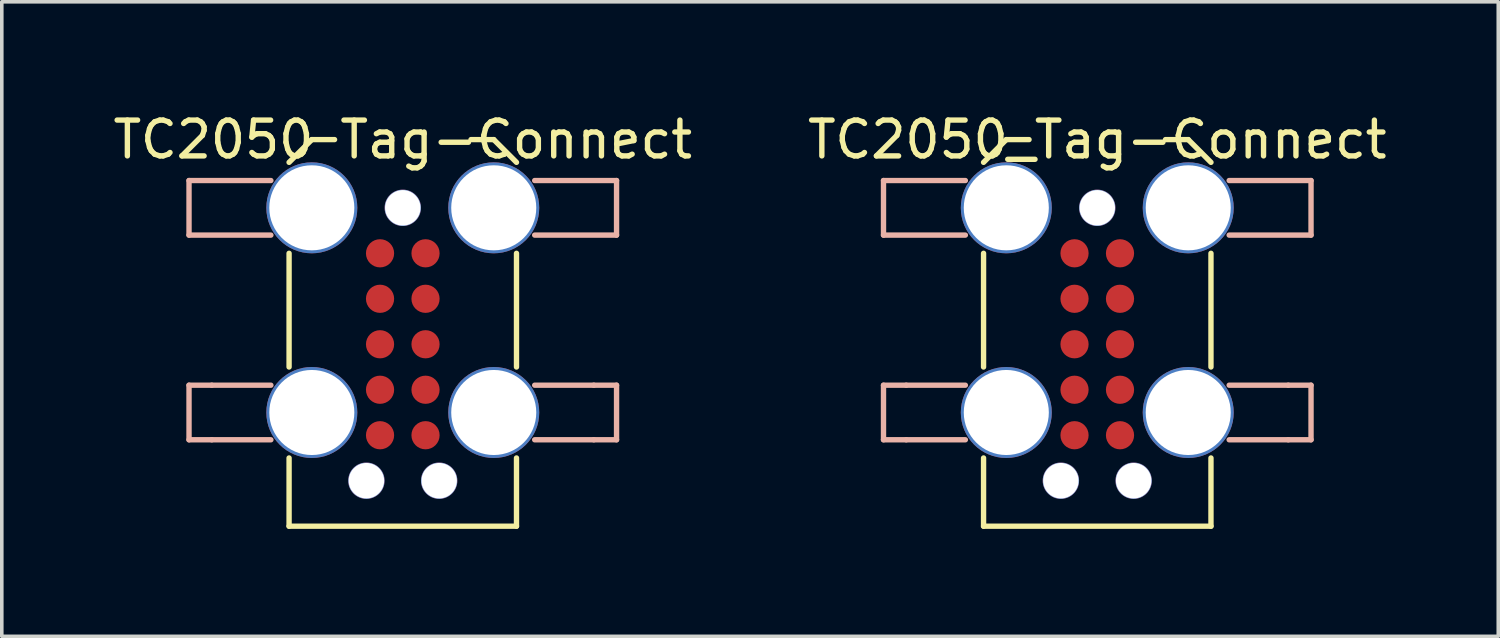
<source format=kicad_pcb>
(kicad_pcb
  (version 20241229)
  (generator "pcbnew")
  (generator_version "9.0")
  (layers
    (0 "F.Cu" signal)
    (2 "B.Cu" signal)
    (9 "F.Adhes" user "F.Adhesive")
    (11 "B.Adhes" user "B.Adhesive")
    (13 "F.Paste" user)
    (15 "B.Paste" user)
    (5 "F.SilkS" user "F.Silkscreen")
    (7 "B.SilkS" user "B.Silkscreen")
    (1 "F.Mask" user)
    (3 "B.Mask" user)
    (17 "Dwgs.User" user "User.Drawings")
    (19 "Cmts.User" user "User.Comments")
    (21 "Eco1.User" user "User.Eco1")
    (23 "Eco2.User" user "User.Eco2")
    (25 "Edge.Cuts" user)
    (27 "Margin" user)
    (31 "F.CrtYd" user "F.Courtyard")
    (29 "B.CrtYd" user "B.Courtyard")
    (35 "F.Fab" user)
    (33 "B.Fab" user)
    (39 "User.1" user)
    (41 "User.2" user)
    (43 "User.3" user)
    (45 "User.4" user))
  (footprint "TC2050_Tag-Connect"
    (layer "F.Cu")
    (at 26.954 4.023)
    (property "Reference" "TC2050_Tag-Connect" (at 0.635 -3.175 0) (layer "F.SilkS") (effects (font (size 1 1) (thickness 0.15))))
    (attr through_hole)
    (fp_line (start -2.54 -2.54) (end -1.905 -3.175) (stroke (width 0.15) (type solid)) (layer "F.SilkS"))
    (fp_line (start -2.54 0) (end -2.54 3.175) (stroke (width 0.15) (type solid)) (layer "F.SilkS"))
    (fp_line (start -2.54 5.715) (end -2.54 7.62) (stroke (width 0.15) (type solid)) (layer "F.SilkS"))
    (fp_line (start -2.54 7.62) (end 3.81 7.62) (stroke (width 0.15) (type solid)) (layer "F.SilkS"))
    (fp_line (start -1.905 -3.175) (end -1.27 -3.175) (stroke (width 0.15) (type solid)) (layer "F.SilkS"))
    (fp_line (start 3.175 -3.175) (end 2.54 -3.175) (stroke (width 0.15) (type solid)) (layer "F.SilkS"))
    (fp_line (start 3.81 -2.54) (end 3.175 -3.175) (stroke (width 0.15) (type solid)) (layer "F.SilkS"))
    (fp_line (start 3.81 0) (end 3.81 3.175) (stroke (width 0.15) (type solid)) (layer "F.SilkS"))
    (fp_line (start 3.81 7.62) (end 3.81 5.715) (stroke (width 0.15) (type solid)) (layer "F.SilkS"))
    (fp_line (start -5.334 -2.032) (end -5.334 -0.508) (stroke (width 0.15) (type solid)) (layer "B.SilkS"))
    (fp_line (start -5.334 -2.032) (end -3.048 -2.032) (stroke (width 0.15) (type solid)) (layer "B.SilkS"))
    (fp_line (start -5.334 -0.508) (end -3.048 -0.508) (stroke (width 0.15) (type solid)) (layer "B.SilkS"))
    (fp_line (start -5.334 3.683) (end -5.334 5.207) (stroke (width 0.15) (type solid)) (layer "B.SilkS"))
    (fp_line (start -5.334 5.207) (end -4.699 5.207) (stroke (width 0.15) (type solid)) (layer "B.SilkS"))
    (fp_line (start -4.699 3.683) (end -5.334 3.683) (stroke (width 0.15) (type solid)) (layer "B.SilkS"))
    (fp_line (start -4.699 5.207) (end -3.048 5.207) (stroke (width 0.15) (type solid)) (layer "B.SilkS"))
    (fp_line (start -3.048 3.683) (end -4.699 3.683) (stroke (width 0.15) (type solid)) (layer "B.SilkS"))
    (fp_line (start 4.318 5.207) (end 5.969 5.207) (stroke (width 0.15) (type solid)) (layer "B.SilkS"))
    (fp_line (start 5.969 3.683) (end 4.318 3.683) (stroke (width 0.15) (type solid)) (layer "B.SilkS"))
    (fp_line (start 5.969 5.207) (end 6.604 5.207) (stroke (width 0.15) (type solid)) (layer "B.SilkS"))
    (fp_line (start 6.604 -2.032) (end 4.318 -2.032) (stroke (width 0.15) (type solid)) (layer "B.SilkS"))
    (fp_line (start 6.604 -0.508) (end 4.318 -0.508) (stroke (width 0.15) (type solid)) (layer "B.SilkS"))
    (fp_line (start 6.604 -0.508) (end 6.604 -2.032) (stroke (width 0.15) (type solid)) (layer "B.SilkS"))
    (fp_line (start 6.604 3.683) (end 5.969 3.683) (stroke (width 0.15) (type solid)) (layer "B.SilkS"))
    (fp_line (start 6.604 5.207) (end 6.604 3.683) (stroke (width 0.15) (type solid)) (layer "B.SilkS"))
    (pad "" np_thru_hole circle (at -1.905 -1.27 270) (size 2.54 2.54) (drill 2.375) (layers "*.Cu" "*.Mask"))
    (pad "" np_thru_hole circle (at -1.905 4.445 270) (size 2.54 2.54) (drill 2.375) (layers "*.Cu" "*.Mask"))
    (pad "" np_thru_hole circle (at -0.381 6.35 270) (size 1.016 1.016) (drill 0.991) (layers "*.Cu" "*.Mask"))
    (pad "" np_thru_hole circle (at 0.635 -1.27 270) (size 1.016 1.016) (drill 0.991) (layers "*.Cu" "*.Mask"))
    (pad "" np_thru_hole circle (at 1.651 6.35 270) (size 1.016 1.016) (drill 0.991) (layers "*.Cu" "*.Mask"))
    (pad "" np_thru_hole circle (at 3.175 -1.27 270) (size 2.54 2.54) (drill 2.375) (layers "*.Cu" "*.Mask"))
    (pad "" np_thru_hole circle (at 3.175 4.445 270) (size 2.54 2.54) (drill 2.375) (layers "*.Cu" "*.Mask"))
    (pad "1" connect circle (at -0.000097 -0.000029 270) (size 0.787 0.787) (layers "F.Cu" "F.Mask"))
    (pad "2" connect circle (at -0.000097 1.27 270) (size 0.787 0.787) (layers "F.Cu" "F.Mask"))
    (pad "3" connect circle (at -0.000097 2.54 270) (size 0.787 0.787) (layers "F.Cu" "F.Mask"))
    (pad "4" connect circle (at -0.000097 3.81 270) (size 0.787 0.787) (layers "F.Cu" "F.Mask"))
    (pad "5" connect circle (at -0.000097 5.08 270) (size 0.787 0.787) (layers "F.Cu" "F.Mask"))
    (pad "6" connect circle (at 1.27 5.08 270) (size 0.787 0.787) (layers "F.Cu" "F.Mask"))
    (pad "7" connect circle (at 1.27 3.81 270) (size 0.787 0.787) (layers "F.Cu" "F.Mask"))
    (pad "8" connect circle (at 1.27 2.54 270) (size 0.787 0.787) (layers "F.Cu" "F.Mask"))
    (pad "9" connect circle (at 1.27 1.27 270) (size 0.787 0.787) (layers "F.Cu" "F.Mask"))
    (pad "10" connect circle (at 1.27 -0.000029 270) (size 0.787 0.787) (layers "F.Cu" "F.Mask")))
  (footprint "TC2050 Tag-Connect"
    (layer "F.Cu")
    (at 7.562 4.023)
    (property "Reference" "TC2050 Tag-Connect" (at 0.635 -3.175 0) (layer "F.SilkS") (effects (font (size 1 1) (thickness 0.15))))
    (attr through_hole)
    (fp_line (start -2.54 -2.54) (end -1.905 -3.175) (stroke (width 0.15) (type solid)) (layer "F.SilkS"))
    (fp_line (start -2.54 0) (end -2.54 3.175) (stroke (width 0.15) (type solid)) (layer "F.SilkS"))
    (fp_line (start -2.54 5.715) (end -2.54 7.62) (stroke (width 0.15) (type solid)) (layer "F.SilkS"))
    (fp_line (start -2.54 7.62) (end 3.81 7.62) (stroke (width 0.15) (type solid)) (layer "F.SilkS"))
    (fp_line (start -1.905 -3.175) (end -1.27 -3.175) (stroke (width 0.15) (type solid)) (layer "F.SilkS"))
    (fp_line (start 3.175 -3.175) (end 2.54 -3.175) (stroke (width 0.15) (type solid)) (layer "F.SilkS"))
    (fp_line (start 3.81 -2.54) (end 3.175 -3.175) (stroke (width 0.15) (type solid)) (layer "F.SilkS"))
    (fp_line (start 3.81 0) (end 3.81 3.175) (stroke (width 0.15) (type solid)) (layer "F.SilkS"))
    (fp_line (start 3.81 7.62) (end 3.81 5.715) (stroke (width 0.15) (type solid)) (layer "F.SilkS"))
    (fp_line (start -5.334 -2.032) (end -5.334 -0.508) (stroke (width 0.15) (type solid)) (layer "B.SilkS"))
    (fp_line (start -5.334 -2.032) (end -3.048 -2.032) (stroke (width 0.15) (type solid)) (layer "B.SilkS"))
    (fp_line (start -5.334 -0.508) (end -3.048 -0.508) (stroke (width 0.15) (type solid)) (layer "B.SilkS"))
    (fp_line (start -5.334 3.683) (end -5.334 5.207) (stroke (width 0.15) (type solid)) (layer "B.SilkS"))
    (fp_line (start -5.334 5.207) (end -4.699 5.207) (stroke (width 0.15) (type solid)) (layer "B.SilkS"))
    (fp_line (start -4.699 3.683) (end -5.334 3.683) (stroke (width 0.15) (type solid)) (layer "B.SilkS"))
    (fp_line (start -4.699 5.207) (end -3.048 5.207) (stroke (width 0.15) (type solid)) (layer "B.SilkS"))
    (fp_line (start -3.048 3.683) (end -4.699 3.683) (stroke (width 0.15) (type solid)) (layer "B.SilkS"))
    (fp_line (start 4.318 5.207) (end 5.969 5.207) (stroke (width 0.15) (type solid)) (layer "B.SilkS"))
    (fp_line (start 5.969 3.683) (end 4.318 3.683) (stroke (width 0.15) (type solid)) (layer "B.SilkS"))
    (fp_line (start 5.969 5.207) (end 6.604 5.207) (stroke (width 0.15) (type solid)) (layer "B.SilkS"))
    (fp_line (start 6.604 -2.032) (end 4.318 -2.032) (stroke (width 0.15) (type solid)) (layer "B.SilkS"))
    (fp_line (start 6.604 -0.508) (end 4.318 -0.508) (stroke (width 0.15) (type solid)) (layer "B.SilkS"))
    (fp_line (start 6.604 -0.508) (end 6.604 -2.032) (stroke (width 0.15) (type solid)) (layer "B.SilkS"))
    (fp_line (start 6.604 3.683) (end 5.969 3.683) (stroke (width 0.15) (type solid)) (layer "B.SilkS"))
    (fp_line (start 6.604 5.207) (end 6.604 3.683) (stroke (width 0.15) (type solid)) (layer "B.SilkS"))
    (pad "" np_thru_hole circle (at -1.905 -1.27 270) (size 2.54 2.54) (drill 2.375) (layers "*.Cu" "*.Mask"))
    (pad "" np_thru_hole circle (at -1.905 4.445 270) (size 2.54 2.54) (drill 2.375) (layers "*.Cu" "*.Mask"))
    (pad "" np_thru_hole circle (at -0.381 6.35 270) (size 1.016 1.016) (drill 0.991) (layers "*.Cu" "*.Mask"))
    (pad "" np_thru_hole circle (at 0.635 -1.27 270) (size 1.016 1.016) (drill 0.991) (layers "*.Cu" "*.Mask"))
    (pad "" np_thru_hole circle (at 1.651 6.35 270) (size 1.016 1.016) (drill 0.991) (layers "*.Cu" "*.Mask"))
    (pad "" np_thru_hole circle (at 3.175 -1.27 270) (size 2.54 2.54) (drill 2.375) (layers "*.Cu" "*.Mask"))
    (pad "" np_thru_hole circle (at 3.175 4.445 270) (size 2.54 2.54) (drill 2.375) (layers "*.Cu" "*.Mask"))
    (pad "1" connect circle (at -0.000097 -0.000029 270) (size 0.787 0.787) (layers "F.Cu" "F.Mask"))
    (pad "2" connect circle (at -0.000097 1.27 270) (size 0.787 0.787) (layers "F.Cu" "F.Mask"))
    (pad "3" connect circle (at -0.000097 2.54 270) (size 0.787 0.787) (layers "F.Cu" "F.Mask"))
    (pad "4" connect circle (at -0.000097 3.81 270) (size 0.787 0.787) (layers "F.Cu" "F.Mask"))
    (pad "5" connect circle (at -0.000097 5.08 270) (size 0.787 0.787) (layers "F.Cu" "F.Mask"))
    (pad "6" connect circle (at 1.27 5.08 270) (size 0.787 0.787) (layers "F.Cu" "F.Mask"))
    (pad "7" connect circle (at 1.27 3.81 270) (size 0.787 0.787) (layers "F.Cu" "F.Mask"))
    (pad "8" connect circle (at 1.27 2.54 270) (size 0.787 0.787) (layers "F.Cu" "F.Mask"))
    (pad "9" connect circle (at 1.27 1.27 270) (size 0.787 0.787) (layers "F.Cu" "F.Mask"))
    (pad "10" connect circle (at 1.27 -0.000029 270) (size 0.787 0.787) (layers "F.Cu" "F.Mask")))
  (gr_rect
    (start -3 -3)
    (end 38.786 14.718)
    (stroke (width 0.1) (type default))
    (fill no)
    (layer "Edge.Cuts")))
</source>
